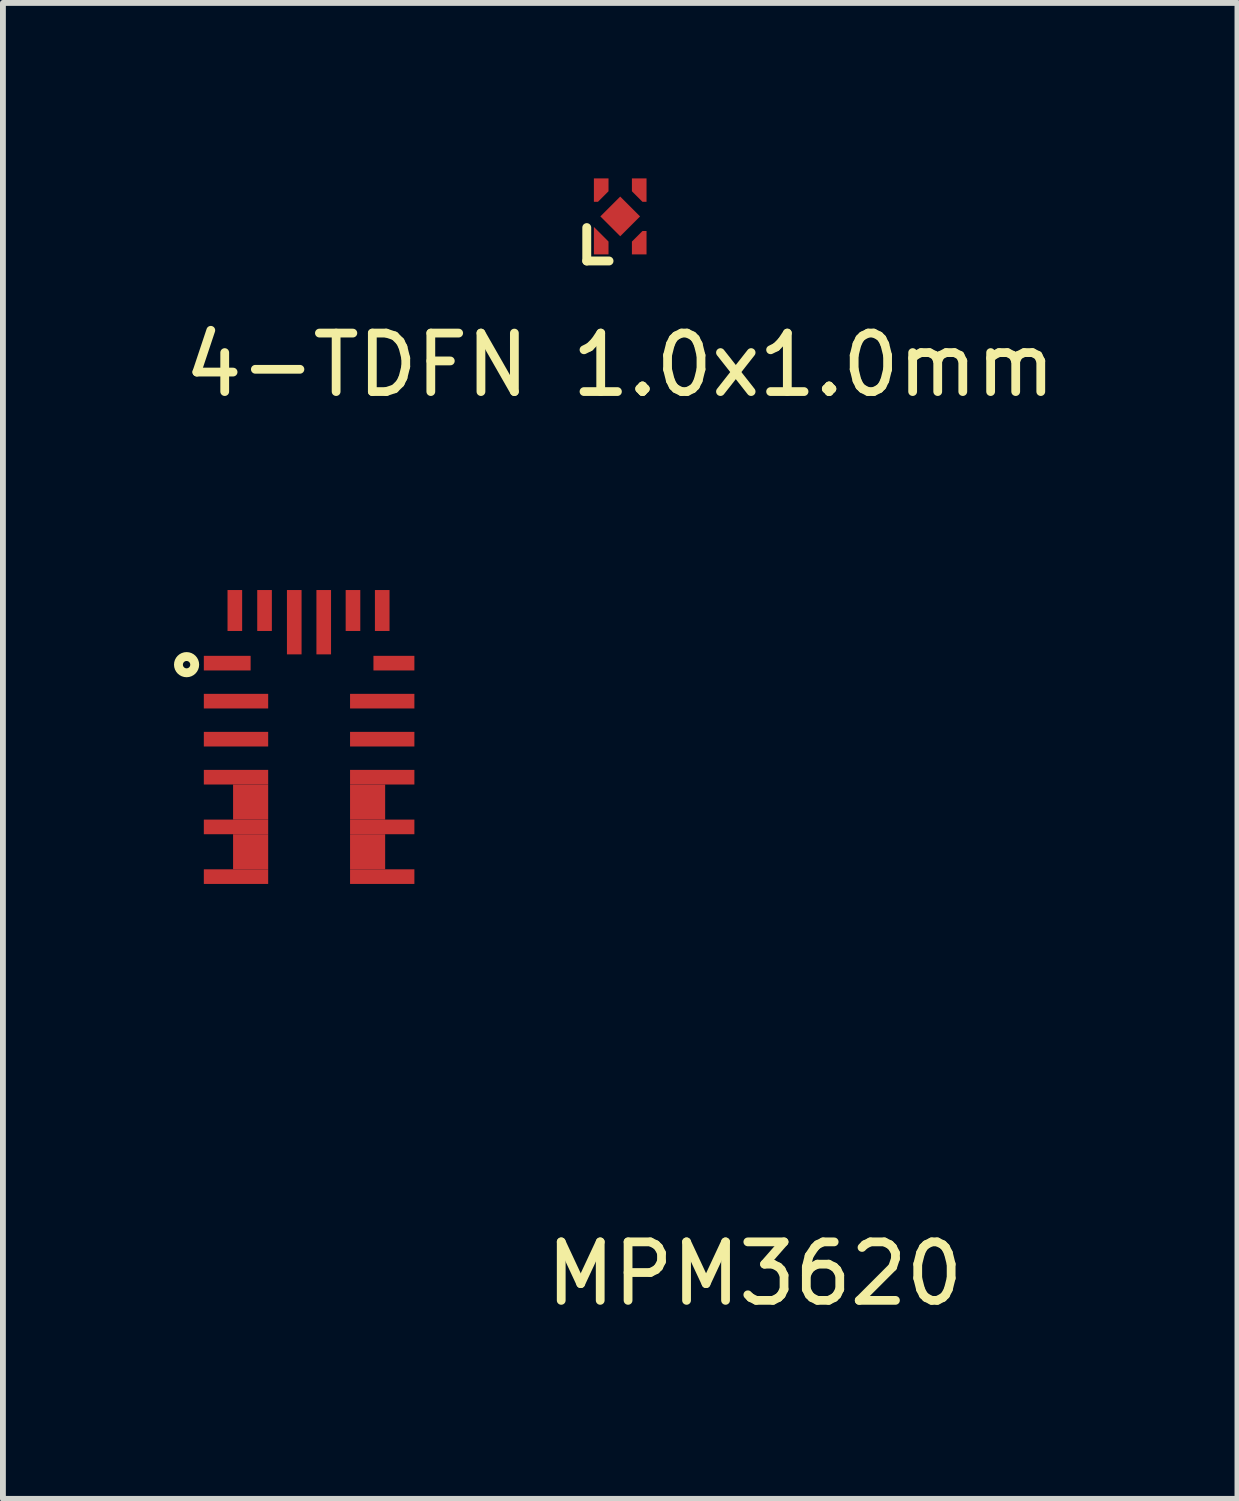
<source format=kicad_pcb>
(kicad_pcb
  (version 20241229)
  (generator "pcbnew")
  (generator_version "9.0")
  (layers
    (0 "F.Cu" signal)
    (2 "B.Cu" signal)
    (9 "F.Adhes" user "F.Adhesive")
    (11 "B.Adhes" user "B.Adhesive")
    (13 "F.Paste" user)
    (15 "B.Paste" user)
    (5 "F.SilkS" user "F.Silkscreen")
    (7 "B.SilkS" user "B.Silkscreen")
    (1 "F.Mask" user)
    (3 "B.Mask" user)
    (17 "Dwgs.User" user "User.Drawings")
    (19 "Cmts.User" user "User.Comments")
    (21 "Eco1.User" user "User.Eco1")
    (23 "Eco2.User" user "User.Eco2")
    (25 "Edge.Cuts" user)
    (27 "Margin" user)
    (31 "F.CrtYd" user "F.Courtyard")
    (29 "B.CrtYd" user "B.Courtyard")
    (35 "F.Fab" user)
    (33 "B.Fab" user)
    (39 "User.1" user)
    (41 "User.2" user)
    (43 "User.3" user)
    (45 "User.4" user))
  (footprint "MPM3620"
    (layer "F.Cu")
    (at 2.235 9.838)
    (property "Reference" "MPM3620" (at 7.62 8.89 0) (layer "F.SilkS") (effects (font (size 1 1) (thickness 0.15))))
    (attr through_hole)
    (fp_circle (center -2.095 -1.524) (end -2.032 -1.524) (stroke (width 0.152) (type solid)) (fill no) (layer "F.SilkS"))
    (pad "1" smd rect (at -1.4 -1.55) (size 0.8 0.25) (layers "F.Cu" "F.Mask" "F.Paste"))
    (pad "2" smd rect (at -1.25 -0.9) (size 1.1 0.25) (layers "F.Cu" "F.Mask" "F.Paste"))
    (pad "3" smd rect (at -1.25 -0.25) (size 1.1 0.25) (layers "F.Cu" "F.Mask" "F.Paste"))
    (pad "4" smd rect (at -1.25 0.4) (size 1.1 0.25) (layers "F.Cu" "F.Mask" "F.Paste"))
    (pad "4" smd rect (at -1 0.825) (size 0.6 0.6) (layers "F.Cu" "F.Mask" "F.Paste"))
    (pad "5" smd rect (at -1.25 1.25) (size 1.1 0.25) (layers "F.Cu" "F.Mask" "F.Paste"))
    (pad "5" smd rect (at -1 1.675) (size 0.6 0.6) (layers "F.Cu" "F.Mask" "F.Paste"))
    (pad "6" smd rect (at -1.25 2.1) (size 1.1 0.25) (layers "F.Cu" "F.Mask" "F.Paste"))
    (pad "7" smd rect (at 1 1.675) (size 0.6 0.6) (layers "F.Cu" "F.Mask" "F.Paste"))
    (pad "7" smd rect (at 1.25 2.1) (size 1.1 0.25) (layers "F.Cu" "F.Mask" "F.Paste"))
    (pad "8" smd rect (at 1 0.825) (size 0.6 0.6) (layers "F.Cu" "F.Mask" "F.Paste"))
    (pad "8" smd rect (at 1.25 1.25) (size 1.1 0.25) (layers "F.Cu" "F.Mask" "F.Paste"))
    (pad "9" smd rect (at 1.25 0.4) (size 1.1 0.25) (layers "F.Cu" "F.Mask" "F.Paste"))
    (pad "10" smd rect (at 1.25 -0.25) (size 1.1 0.25) (layers "F.Cu" "F.Mask" "F.Paste"))
    (pad "11" smd rect (at 1.25 -0.9) (size 1.1 0.25) (layers "F.Cu" "F.Mask" "F.Paste"))
    (pad "12" smd rect (at 1.45 -1.55) (size 0.7 0.25) (layers "F.Cu" "F.Mask" "F.Paste"))
    (pad "13" smd rect (at 1.25 -2.45) (size 0.25 0.7) (layers "F.Cu" "F.Mask" "F.Paste"))
    (pad "14" smd rect (at 0.75 -2.45) (size 0.25 0.7) (layers "F.Cu" "F.Mask" "F.Paste"))
    (pad "15" smd rect (at 0.25 -2.25) (size 0.25 1.1) (layers "F.Cu" "F.Mask" "F.Paste"))
    (pad "16" smd rect (at -0.254 -2.25) (size 0.25 1.1) (layers "F.Cu" "F.Mask" "F.Paste"))
    (pad "17" smd rect (at -0.762 -2.45) (size 0.25 0.7) (layers "F.Cu" "F.Mask" "F.Paste"))
    (pad "18" smd rect (at -1.27 -2.45) (size 0.25 0.7) (layers "F.Cu" "F.Mask" "F.Paste")))
  (footprint "4-TDFN 1.0x1.0mm"
    (layer "F.Cu")
    (at 7.554 0.65)
    (property "Reference" "4-TDFN 1.0x1.0mm" (at 0 2.54 0) (layer "F.SilkS") (effects (font (size 1 1) (thickness 0.15))))
    (attr through_hole)
    (fp_line (start -0.572 0.191) (end -0.572 0.762) (stroke (width 0.152) (type solid)) (layer "F.SilkS"))
    (fp_line (start -0.572 0.762) (end -0.191 0.762) (stroke (width 0.152) (type solid)) (layer "F.SilkS"))
    (pad "1" smd custom (at -0.325 0.415) (size 0.01 0.01) (layers "F.Cu" "F.Mask" "F.Paste") (options (anchor rect)) (primitives (gr_poly (pts (xy -0.125 -0.235) (xy 0.125 0.015) (xy 0.125 0.235) (xy -0.125 0.235)) (width 0) (fill yes))))
    (pad "2" smd custom (at 0.325 0.45) (size 0.01 0.01) (layers "F.Cu" "F.Mask" "F.Paste") (options (anchor rect)) (primitives (gr_poly (pts (xy 0.125 0.2) (xy -0.125 0.2) (xy -0.125 -0.02) (xy 0.055 -0.2) (xy 0.125 -0.2)) (width 0) (fill yes))))
    (pad "3" smd custom (at 0.325 -0.45) (size 0.01 0.01) (layers "F.Cu" "F.Mask" "F.Paste") (options (anchor rect)) (primitives (gr_poly (pts (xy 0.125 -0.2) (xy -0.125 -0.2) (xy -0.125 0.02) (xy 0.055 0.2) (xy 0.125 0.2)) (width 0) (fill yes))))
    (pad "4" smd custom (at -0.325 -0.45) (size 0.01 0.01) (layers "F.Cu" "F.Mask" "F.Paste") (options (anchor rect)) (primitives (gr_poly (pts (xy -0.125 -0.2) (xy 0.125 -0.2) (xy 0.125 0.02) (xy -0.055 0.2) (xy -0.125 0.2)) (width 0) (fill yes))))
    (pad "5" smd custom (at 0 0 45) (size 0.48 0.48) (layers "F.Cu" "F.Mask" "F.Paste") (options (anchor rect)) (primitives)))
  (gr_rect
    (start -3 -3)
    (end 18.107 22.576)
    (stroke (width 0.1) (type default))
    (fill no)
    (layer "Edge.Cuts")))
</source>
